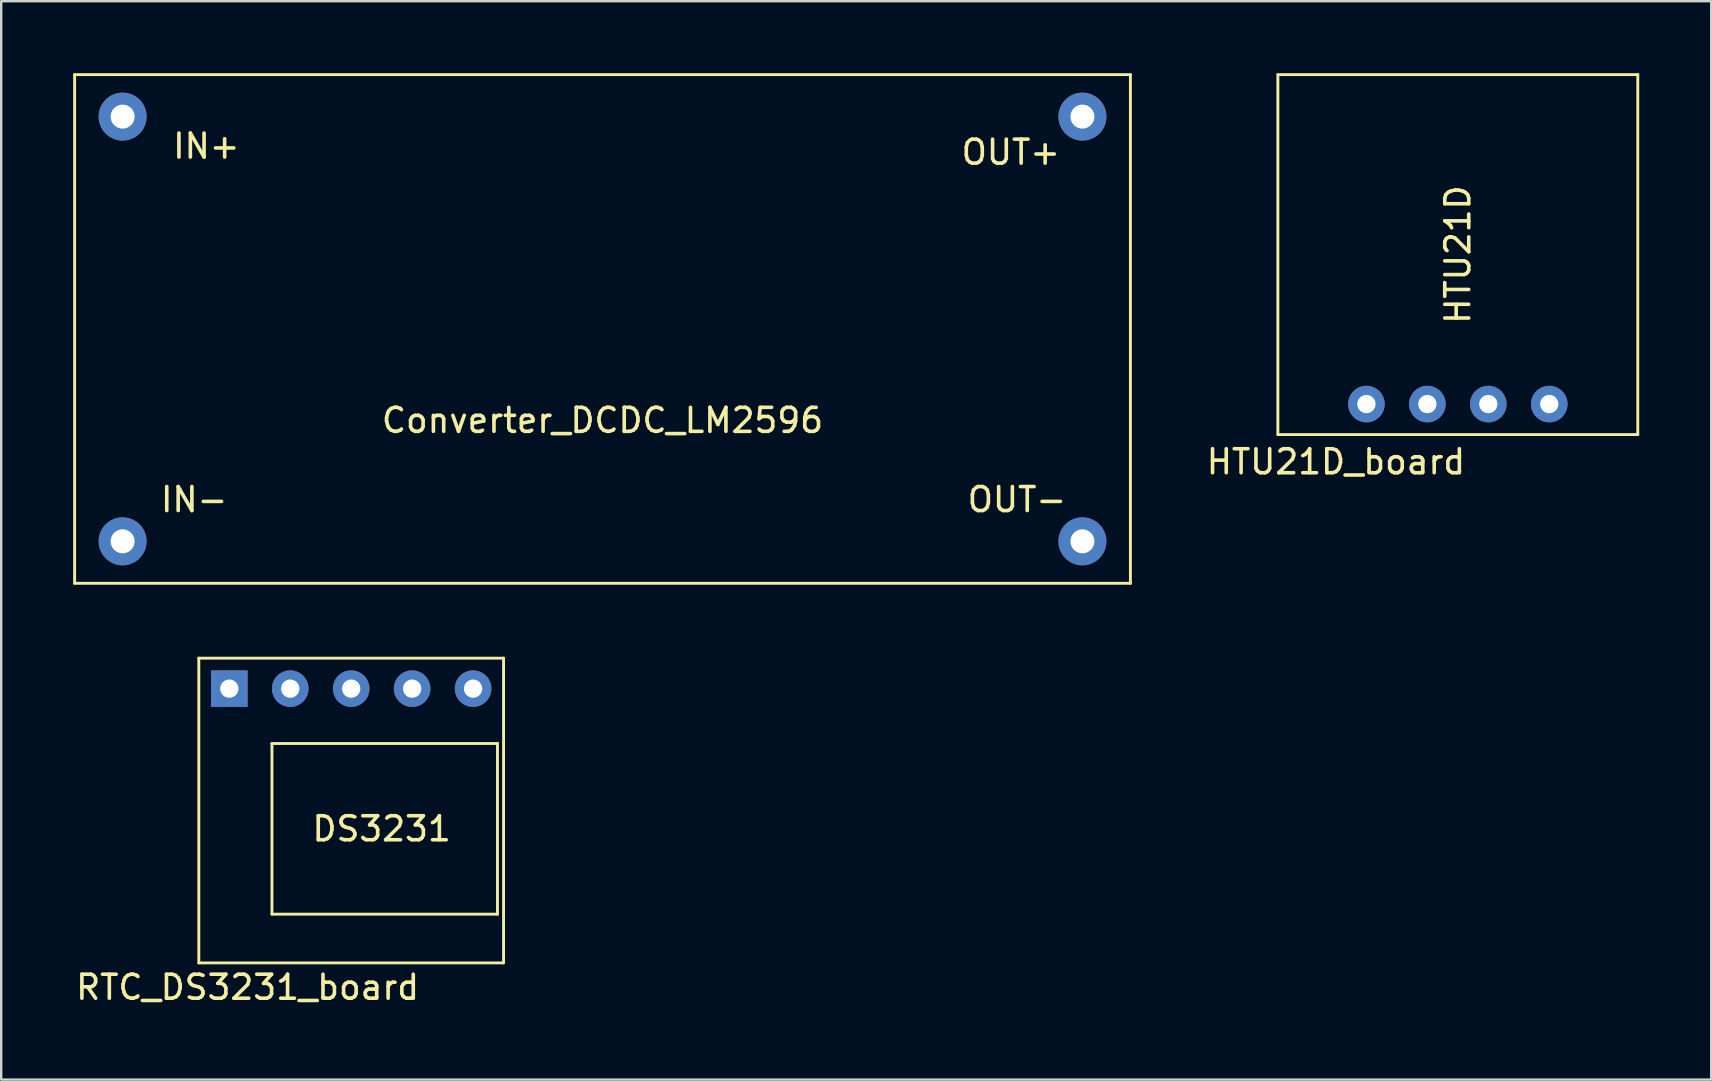
<source format=kicad_pcb>
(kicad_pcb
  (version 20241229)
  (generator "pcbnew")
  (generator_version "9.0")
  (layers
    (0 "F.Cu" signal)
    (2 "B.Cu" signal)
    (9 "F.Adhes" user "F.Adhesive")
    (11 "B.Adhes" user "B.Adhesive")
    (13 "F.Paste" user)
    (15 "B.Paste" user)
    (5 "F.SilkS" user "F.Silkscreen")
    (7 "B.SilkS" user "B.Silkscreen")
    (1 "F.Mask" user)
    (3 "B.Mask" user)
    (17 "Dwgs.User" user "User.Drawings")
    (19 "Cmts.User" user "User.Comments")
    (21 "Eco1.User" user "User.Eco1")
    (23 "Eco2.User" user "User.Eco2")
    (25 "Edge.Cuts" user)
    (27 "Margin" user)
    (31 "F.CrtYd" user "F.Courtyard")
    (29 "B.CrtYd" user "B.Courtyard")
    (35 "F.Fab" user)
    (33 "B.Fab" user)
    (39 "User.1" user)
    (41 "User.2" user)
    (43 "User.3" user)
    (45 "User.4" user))
  (footprint "HTU21D_board"
    (layer "F.Cu")
    (at 57.706 7.56)
    (property "Reference" "HTU21D_board" (at -5.08 8.636 0) (layer "F.SilkS") (effects (font (size 1 1) (thickness 0.15))))
    (attr through_hole)
    (fp_line (start -7.5 -7.5) (end -7.5 7.5) (stroke (width 0.12) (type solid)) (layer "F.SilkS"))
    (fp_line (start -7.5 -7.5) (end 7.5 -7.5) (stroke (width 0.12) (type solid)) (layer "F.SilkS"))
    (fp_line (start -7.5 7.5) (end 7.5 7.5) (stroke (width 0.12) (type solid)) (layer "F.SilkS"))
    (fp_line (start 7.5 -7.5) (end 7.5 7.5) (stroke (width 0.12) (type solid)) (layer "F.SilkS"))
    (fp_text user "HTU21D" (at 0 0 270) (layer "F.SilkS") (effects (font (size 1 1) (thickness 0.15))))
    (pad "1" thru_hole circle (at -3.81 6.23) (size 1.524 1.524) (drill 0.762) (layers "*.Cu" "*.Mask"))
    (pad "2" thru_hole circle (at -1.27 6.23) (size 1.524 1.524) (drill 0.762) (layers "*.Cu" "*.Mask"))
    (pad "3" thru_hole circle (at 1.27 6.23) (size 1.524 1.524) (drill 0.762) (layers "*.Cu" "*.Mask"))
    (pad "4" thru_hole circle (at 3.81 6.23) (size 1.524 1.524) (drill 0.762) (layers "*.Cu" "*.Mask")))
  (footprint "RTC_DS3231_board"
    (layer "F.Cu")
    (at 11.586 37.08)
    (property "Reference" "RTC_DS3231_board" (at -4.318 1.016 0) (layer "F.SilkS") (effects (font (size 1 1) (thickness 0.15))))
    (attr through_hole)
    (fp_line (start -6.35 -12.7) (end -6.35 0) (stroke (width 0.12) (type solid)) (layer "F.SilkS"))
    (fp_line (start -6.35 0) (end 6.35 0) (stroke (width 0.12) (type solid)) (layer "F.SilkS"))
    (fp_line (start -3.302 -9.144) (end -3.302 -2.032) (stroke (width 0.12) (type solid)) (layer "F.SilkS"))
    (fp_line (start -3.302 -2.032) (end 6.096 -2.032) (stroke (width 0.12) (type solid)) (layer "F.SilkS"))
    (fp_line (start 6.096 -9.144) (end -3.302 -9.144) (stroke (width 0.12) (type solid)) (layer "F.SilkS"))
    (fp_line (start 6.096 -2.032) (end 6.096 -9.144) (stroke (width 0.12) (type solid)) (layer "F.SilkS"))
    (fp_line (start 6.35 -12.7) (end -6.35 -12.7) (stroke (width 0.12) (type solid)) (layer "F.SilkS"))
    (fp_line (start 6.35 0) (end 6.35 -12.7) (stroke (width 0.12) (type solid)) (layer "F.SilkS"))
    (fp_text user "DS3231" (at 1.27 -5.588 0) (layer "F.SilkS") (effects (font (size 1 1) (thickness 0.15))))
    (pad "1" thru_hole rect (at -5.08 -11.43) (size 1.524 1.524) (drill 0.762) (layers "*.Cu" "*.Mask"))
    (pad "2" thru_hole circle (at -2.54 -11.43) (size 1.524 1.524) (drill 0.762) (layers "*.Cu" "*.Mask"))
    (pad "3" thru_hole circle (at 0 -11.43) (size 1.524 1.524) (drill 0.762) (layers "*.Cu" "*.Mask"))
    (pad "4" thru_hole circle (at 2.54 -11.43) (size 1.524 1.524) (drill 0.762) (layers "*.Cu" "*.Mask"))
    (pad "5" thru_hole circle (at 5.08 -11.43) (size 1.524 1.524) (drill 0.762) (layers "*.Cu" "*.Mask")))
  (footprint "Converter_DCDC_LM2596"
    (layer "F.Cu")
    (at 22.06 10.66)
    (property "Reference" "Converter_DCDC_LM2596" (at 0 3.81 0) (layer "F.SilkS") (effects (font (size 1 1) (thickness 0.15))))
    (attr through_hole)
    (fp_line (start -22 -10.6) (end -22 10.6) (stroke (width 0.12) (type solid)) (layer "F.SilkS"))
    (fp_line (start -22 -10.6) (end 22 -10.6) (stroke (width 0.12) (type solid)) (layer "F.SilkS"))
    (fp_line (start -22 10.6) (end 22 10.6) (stroke (width 0.12) (type solid)) (layer "F.SilkS"))
    (fp_line (start 22 -10.6) (end 22 10.6) (stroke (width 0.12) (type solid)) (layer "F.SilkS"))
    (fp_text user "OUT-" (at 17.272 7.112 0) (layer "F.SilkS") (effects (font (size 1 1) (thickness 0.15))))
    (fp_text user "IN+" (at -16.51 -7.62 0) (layer "F.SilkS") (effects (font (size 1 1) (thickness 0.15))))
    (fp_text user "IN-" (at -17.018 7.112 0) (layer "F.SilkS") (effects (font (size 1 1) (thickness 0.15))))
    (fp_text user "OUT+" (at 17.018 -7.366 0) (layer "F.SilkS") (effects (font (size 1 1) (thickness 0.15))))
    (pad "1" thru_hole circle (at -20 -8.85) (size 2 2) (drill 1) (layers "*.Cu" "*.Mask"))
    (pad "2" thru_hole circle (at -20 8.85) (size 2 2) (drill 1) (layers "*.Cu" "*.Mask"))
    (pad "3" thru_hole circle (at 20 -8.85) (size 2 2) (drill 1) (layers "*.Cu" "*.Mask"))
    (pad "4" thru_hole circle (at 20 8.85) (size 2 2) (drill 1) (layers "*.Cu" "*.Mask")))
  (gr_rect
    (start -3 -3)
    (end 68.266 41.944)
    (stroke (width 0.1) (type default))
    (fill no)
    (layer "Edge.Cuts")))
</source>
